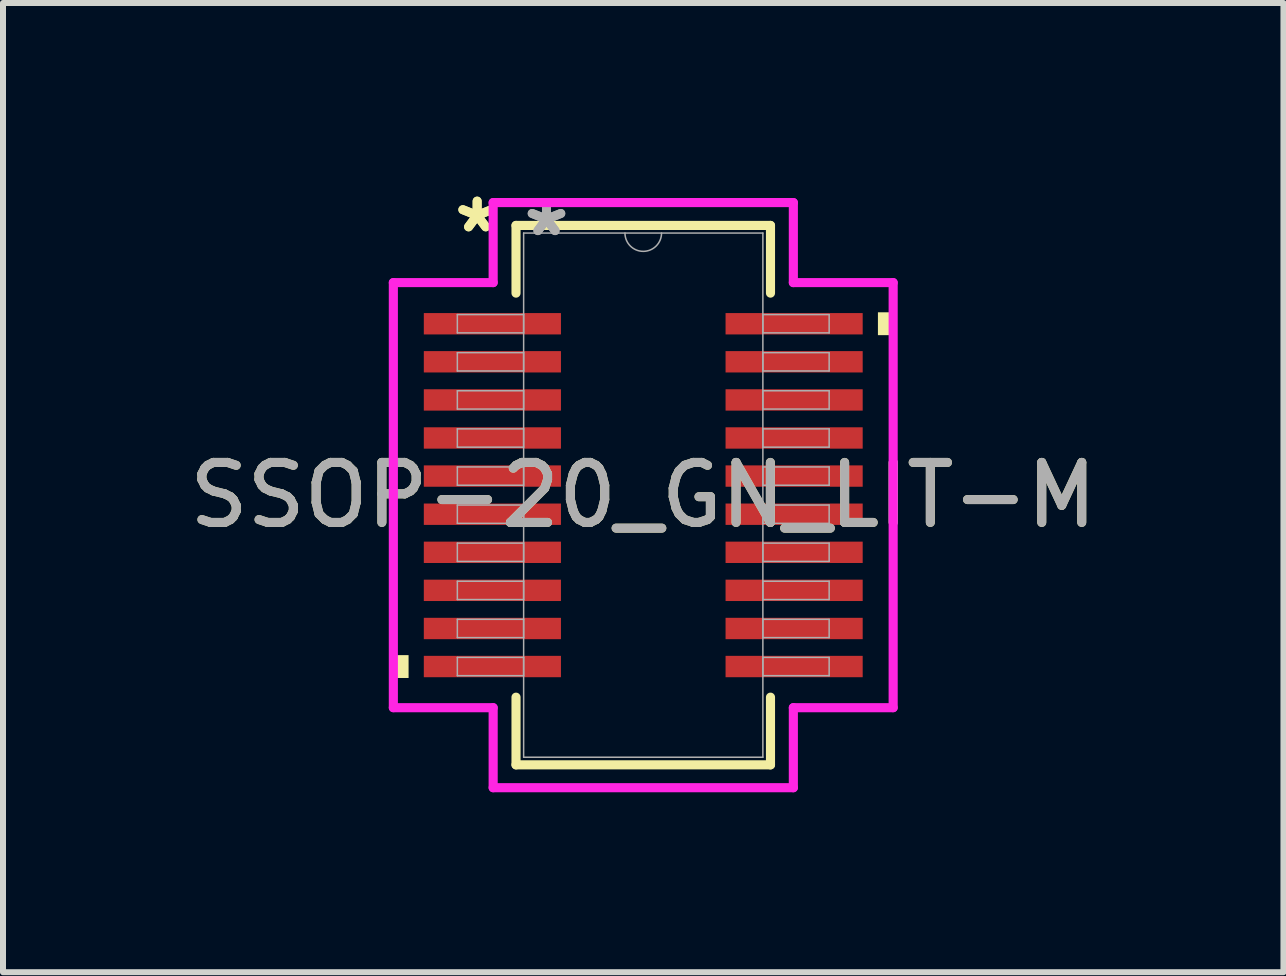
<source format=kicad_pcb>
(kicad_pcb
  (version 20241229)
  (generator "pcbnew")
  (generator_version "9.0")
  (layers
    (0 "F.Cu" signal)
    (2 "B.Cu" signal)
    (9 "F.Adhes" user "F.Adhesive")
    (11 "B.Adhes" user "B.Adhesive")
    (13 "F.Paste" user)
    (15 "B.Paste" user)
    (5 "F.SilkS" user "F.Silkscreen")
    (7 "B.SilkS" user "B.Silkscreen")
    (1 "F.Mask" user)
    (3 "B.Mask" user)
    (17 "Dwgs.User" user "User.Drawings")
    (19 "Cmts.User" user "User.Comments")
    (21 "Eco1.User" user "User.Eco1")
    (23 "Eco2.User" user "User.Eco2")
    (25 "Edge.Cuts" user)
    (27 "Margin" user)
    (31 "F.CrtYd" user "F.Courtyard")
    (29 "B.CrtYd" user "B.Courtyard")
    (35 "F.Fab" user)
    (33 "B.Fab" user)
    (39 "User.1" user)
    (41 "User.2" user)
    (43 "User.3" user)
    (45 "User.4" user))
  (footprint "SSOP-20_GN_LIT-M"
    (layer "F.Cu")
    (at 7.673 5.204)
    (property "Reference" "SSOP-20_GN_LIT-M" (at 0 0 0) (unlocked yes) (layer "F.SilkS") (effects (font (size 1 1) (thickness 0.15))))
    (attr smd)
    (fp_line (start -2.121 -4.496) (end -2.121 -3.368) (stroke (width 0.152) (type solid)) (layer "F.SilkS"))
    (fp_line (start -2.121 3.368) (end -2.121 4.496) (stroke (width 0.152) (type solid)) (layer "F.SilkS"))
    (fp_line (start -2.121 4.496) (end 2.121 4.496) (stroke (width 0.152) (type solid)) (layer "F.SilkS"))
    (fp_line (start 2.121 -4.496) (end -2.121 -4.496) (stroke (width 0.152) (type solid)) (layer "F.SilkS"))
    (fp_line (start 2.121 -3.368) (end 2.121 -4.496) (stroke (width 0.152) (type solid)) (layer "F.SilkS"))
    (fp_line (start 2.121 4.496) (end 2.121 3.368) (stroke (width 0.152) (type solid)) (layer "F.SilkS"))
    (fp_poly (pts (xy -4.166 2.667) (xy -4.166 3.048) (xy -3.912 3.048) (xy -3.912 2.667)) (stroke (width 0) (type solid)) (fill yes) (layer "F.SilkS"))
    (fp_poly (pts (xy 4.166 -3.048) (xy 4.166 -2.667) (xy 3.912 -2.667) (xy 3.912 -3.048)) (stroke (width 0) (type solid)) (fill yes) (layer "F.SilkS"))
    (fp_line (start -4.166 -3.543) (end -2.502 -3.543) (stroke (width 0.152) (type solid)) (layer "F.CrtYd"))
    (fp_line (start -4.166 3.543) (end -4.166 -3.543) (stroke (width 0.152) (type solid)) (layer "F.CrtYd"))
    (fp_line (start -4.166 3.543) (end -2.502 3.543) (stroke (width 0.152) (type solid)) (layer "F.CrtYd"))
    (fp_line (start -2.502 -4.877) (end 2.502 -4.877) (stroke (width 0.152) (type solid)) (layer "F.CrtYd"))
    (fp_line (start -2.502 -3.543) (end -2.502 -4.877) (stroke (width 0.152) (type solid)) (layer "F.CrtYd"))
    (fp_line (start -2.502 4.877) (end -2.502 3.543) (stroke (width 0.152) (type solid)) (layer "F.CrtYd"))
    (fp_line (start 2.502 -4.877) (end 2.502 -3.543) (stroke (width 0.152) (type solid)) (layer "F.CrtYd"))
    (fp_line (start 2.502 3.543) (end 2.502 4.877) (stroke (width 0.152) (type solid)) (layer "F.CrtYd"))
    (fp_line (start 2.502 4.877) (end -2.502 4.877) (stroke (width 0.152) (type solid)) (layer "F.CrtYd"))
    (fp_line (start 4.166 -3.543) (end 2.502 -3.543) (stroke (width 0.152) (type solid)) (layer "F.CrtYd"))
    (fp_line (start 4.166 -3.543) (end 4.166 3.543) (stroke (width 0.152) (type solid)) (layer "F.CrtYd"))
    (fp_line (start 4.166 3.543) (end 2.502 3.543) (stroke (width 0.152) (type solid)) (layer "F.CrtYd"))
    (fp_line (start -3.099 -3.01) (end -3.099 -2.705) (stroke (width 0.025) (type solid)) (layer "F.Fab"))
    (fp_line (start -3.099 -2.705) (end -1.994 -2.705) (stroke (width 0.025) (type solid)) (layer "F.Fab"))
    (fp_line (start -3.099 -2.375) (end -3.099 -2.07) (stroke (width 0.025) (type solid)) (layer "F.Fab"))
    (fp_line (start -3.099 -2.07) (end -1.994 -2.07) (stroke (width 0.025) (type solid)) (layer "F.Fab"))
    (fp_line (start -3.099 -1.74) (end -3.099 -1.435) (stroke (width 0.025) (type solid)) (layer "F.Fab"))
    (fp_line (start -3.099 -1.435) (end -1.994 -1.435) (stroke (width 0.025) (type solid)) (layer "F.Fab"))
    (fp_line (start -3.099 -1.105) (end -3.099 -0.8) (stroke (width 0.025) (type solid)) (layer "F.Fab"))
    (fp_line (start -3.099 -0.8) (end -1.994 -0.8) (stroke (width 0.025) (type solid)) (layer "F.Fab"))
    (fp_line (start -3.099 -0.47) (end -3.099 -0.165) (stroke (width 0.025) (type solid)) (layer "F.Fab"))
    (fp_line (start -3.099 -0.165) (end -1.994 -0.165) (stroke (width 0.025) (type solid)) (layer "F.Fab"))
    (fp_line (start -3.099 0.165) (end -3.099 0.47) (stroke (width 0.025) (type solid)) (layer "F.Fab"))
    (fp_line (start -3.099 0.47) (end -1.994 0.47) (stroke (width 0.025) (type solid)) (layer "F.Fab"))
    (fp_line (start -3.099 0.8) (end -3.099 1.105) (stroke (width 0.025) (type solid)) (layer "F.Fab"))
    (fp_line (start -3.099 1.105) (end -1.994 1.105) (stroke (width 0.025) (type solid)) (layer "F.Fab"))
    (fp_line (start -3.099 1.435) (end -3.099 1.74) (stroke (width 0.025) (type solid)) (layer "F.Fab"))
    (fp_line (start -3.099 1.74) (end -1.994 1.74) (stroke (width 0.025) (type solid)) (layer "F.Fab"))
    (fp_line (start -3.099 2.07) (end -3.099 2.375) (stroke (width 0.025) (type solid)) (layer "F.Fab"))
    (fp_line (start -3.099 2.375) (end -1.994 2.375) (stroke (width 0.025) (type solid)) (layer "F.Fab"))
    (fp_line (start -3.099 2.705) (end -3.099 3.01) (stroke (width 0.025) (type solid)) (layer "F.Fab"))
    (fp_line (start -3.099 3.01) (end -1.994 3.01) (stroke (width 0.025) (type solid)) (layer "F.Fab"))
    (fp_line (start -1.994 -4.369) (end -1.994 4.369) (stroke (width 0.025) (type solid)) (layer "F.Fab"))
    (fp_line (start -1.994 -3.01) (end -3.099 -3.01) (stroke (width 0.025) (type solid)) (layer "F.Fab"))
    (fp_line (start -1.994 -2.705) (end -1.994 -3.01) (stroke (width 0.025) (type solid)) (layer "F.Fab"))
    (fp_line (start -1.994 -2.375) (end -3.099 -2.375) (stroke (width 0.025) (type solid)) (layer "F.Fab"))
    (fp_line (start -1.994 -2.07) (end -1.994 -2.375) (stroke (width 0.025) (type solid)) (layer "F.Fab"))
    (fp_line (start -1.994 -1.74) (end -3.099 -1.74) (stroke (width 0.025) (type solid)) (layer "F.Fab"))
    (fp_line (start -1.994 -1.435) (end -1.994 -1.74) (stroke (width 0.025) (type solid)) (layer "F.Fab"))
    (fp_line (start -1.994 -1.105) (end -3.099 -1.105) (stroke (width 0.025) (type solid)) (layer "F.Fab"))
    (fp_line (start -1.994 -0.8) (end -1.994 -1.105) (stroke (width 0.025) (type solid)) (layer "F.Fab"))
    (fp_line (start -1.994 -0.47) (end -3.099 -0.47) (stroke (width 0.025) (type solid)) (layer "F.Fab"))
    (fp_line (start -1.994 -0.165) (end -1.994 -0.47) (stroke (width 0.025) (type solid)) (layer "F.Fab"))
    (fp_line (start -1.994 0.165) (end -3.099 0.165) (stroke (width 0.025) (type solid)) (layer "F.Fab"))
    (fp_line (start -1.994 0.47) (end -1.994 0.165) (stroke (width 0.025) (type solid)) (layer "F.Fab"))
    (fp_line (start -1.994 0.8) (end -3.099 0.8) (stroke (width 0.025) (type solid)) (layer "F.Fab"))
    (fp_line (start -1.994 1.105) (end -1.994 0.8) (stroke (width 0.025) (type solid)) (layer "F.Fab"))
    (fp_line (start -1.994 1.435) (end -3.099 1.435) (stroke (width 0.025) (type solid)) (layer "F.Fab"))
    (fp_line (start -1.994 1.74) (end -1.994 1.435) (stroke (width 0.025) (type solid)) (layer "F.Fab"))
    (fp_line (start -1.994 2.07) (end -3.099 2.07) (stroke (width 0.025) (type solid)) (layer "F.Fab"))
    (fp_line (start -1.994 2.375) (end -1.994 2.07) (stroke (width 0.025) (type solid)) (layer "F.Fab"))
    (fp_line (start -1.994 2.705) (end -3.099 2.705) (stroke (width 0.025) (type solid)) (layer "F.Fab"))
    (fp_line (start -1.994 3.01) (end -1.994 2.705) (stroke (width 0.025) (type solid)) (layer "F.Fab"))
    (fp_line (start -1.994 4.369) (end 1.994 4.369) (stroke (width 0.025) (type solid)) (layer "F.Fab"))
    (fp_line (start 1.994 -4.369) (end -1.994 -4.369) (stroke (width 0.025) (type solid)) (layer "F.Fab"))
    (fp_line (start 1.994 -3.01) (end 1.994 -2.705) (stroke (width 0.025) (type solid)) (layer "F.Fab"))
    (fp_line (start 1.994 -2.705) (end 3.099 -2.705) (stroke (width 0.025) (type solid)) (layer "F.Fab"))
    (fp_line (start 1.994 -2.375) (end 1.994 -2.07) (stroke (width 0.025) (type solid)) (layer "F.Fab"))
    (fp_line (start 1.994 -2.07) (end 3.099 -2.07) (stroke (width 0.025) (type solid)) (layer "F.Fab"))
    (fp_line (start 1.994 -1.74) (end 1.994 -1.435) (stroke (width 0.025) (type solid)) (layer "F.Fab"))
    (fp_line (start 1.994 -1.435) (end 3.099 -1.435) (stroke (width 0.025) (type solid)) (layer "F.Fab"))
    (fp_line (start 1.994 -1.105) (end 1.994 -0.8) (stroke (width 0.025) (type solid)) (layer "F.Fab"))
    (fp_line (start 1.994 -0.8) (end 3.099 -0.8) (stroke (width 0.025) (type solid)) (layer "F.Fab"))
    (fp_line (start 1.994 -0.47) (end 1.994 -0.165) (stroke (width 0.025) (type solid)) (layer "F.Fab"))
    (fp_line (start 1.994 -0.165) (end 3.099 -0.165) (stroke (width 0.025) (type solid)) (layer "F.Fab"))
    (fp_line (start 1.994 0.165) (end 1.994 0.47) (stroke (width 0.025) (type solid)) (layer "F.Fab"))
    (fp_line (start 1.994 0.47) (end 3.099 0.47) (stroke (width 0.025) (type solid)) (layer "F.Fab"))
    (fp_line (start 1.994 0.8) (end 1.994 1.105) (stroke (width 0.025) (type solid)) (layer "F.Fab"))
    (fp_line (start 1.994 1.105) (end 3.099 1.105) (stroke (width 0.025) (type solid)) (layer "F.Fab"))
    (fp_line (start 1.994 1.435) (end 1.994 1.74) (stroke (width 0.025) (type solid)) (layer "F.Fab"))
    (fp_line (start 1.994 1.74) (end 3.099 1.74) (stroke (width 0.025) (type solid)) (layer "F.Fab"))
    (fp_line (start 1.994 2.07) (end 1.994 2.375) (stroke (width 0.025) (type solid)) (layer "F.Fab"))
    (fp_line (start 1.994 2.375) (end 3.099 2.375) (stroke (width 0.025) (type solid)) (layer "F.Fab"))
    (fp_line (start 1.994 2.705) (end 1.994 3.01) (stroke (width 0.025) (type solid)) (layer "F.Fab"))
    (fp_line (start 1.994 3.01) (end 3.099 3.01) (stroke (width 0.025) (type solid)) (layer "F.Fab"))
    (fp_line (start 1.994 4.369) (end 1.994 -4.369) (stroke (width 0.025) (type solid)) (layer "F.Fab"))
    (fp_line (start 3.099 -3.01) (end 1.994 -3.01) (stroke (width 0.025) (type solid)) (layer "F.Fab"))
    (fp_line (start 3.099 -2.705) (end 3.099 -3.01) (stroke (width 0.025) (type solid)) (layer "F.Fab"))
    (fp_line (start 3.099 -2.375) (end 1.994 -2.375) (stroke (width 0.025) (type solid)) (layer "F.Fab"))
    (fp_line (start 3.099 -2.07) (end 3.099 -2.375) (stroke (width 0.025) (type solid)) (layer "F.Fab"))
    (fp_line (start 3.099 -1.74) (end 1.994 -1.74) (stroke (width 0.025) (type solid)) (layer "F.Fab"))
    (fp_line (start 3.099 -1.435) (end 3.099 -1.74) (stroke (width 0.025) (type solid)) (layer "F.Fab"))
    (fp_line (start 3.099 -1.105) (end 1.994 -1.105) (stroke (width 0.025) (type solid)) (layer "F.Fab"))
    (fp_line (start 3.099 -0.8) (end 3.099 -1.105) (stroke (width 0.025) (type solid)) (layer "F.Fab"))
    (fp_line (start 3.099 -0.47) (end 1.994 -0.47) (stroke (width 0.025) (type solid)) (layer "F.Fab"))
    (fp_line (start 3.099 -0.165) (end 3.099 -0.47) (stroke (width 0.025) (type solid)) (layer "F.Fab"))
    (fp_line (start 3.099 0.165) (end 1.994 0.165) (stroke (width 0.025) (type solid)) (layer "F.Fab"))
    (fp_line (start 3.099 0.47) (end 3.099 0.165) (stroke (width 0.025) (type solid)) (layer "F.Fab"))
    (fp_line (start 3.099 0.8) (end 1.994 0.8) (stroke (width 0.025) (type solid)) (layer "F.Fab"))
    (fp_line (start 3.099 1.105) (end 3.099 0.8) (stroke (width 0.025) (type solid)) (layer "F.Fab"))
    (fp_line (start 3.099 1.435) (end 1.994 1.435) (stroke (width 0.025) (type solid)) (layer "F.Fab"))
    (fp_line (start 3.099 1.74) (end 3.099 1.435) (stroke (width 0.025) (type solid)) (layer "F.Fab"))
    (fp_line (start 3.099 2.07) (end 1.994 2.07) (stroke (width 0.025) (type solid)) (layer "F.Fab"))
    (fp_line (start 3.099 2.375) (end 3.099 2.07) (stroke (width 0.025) (type solid)) (layer "F.Fab"))
    (fp_line (start 3.099 2.705) (end 1.994 2.705) (stroke (width 0.025) (type solid)) (layer "F.Fab"))
    (fp_line (start 3.099 3.01) (end 3.099 2.705) (stroke (width 0.025) (type solid)) (layer "F.Fab"))
    (fp_arc (start 0.3048 -4.3688) (mid 0 -4.064) (end -0.3048 -4.3688) (stroke (width 0.0254) (type solid)) (layer "F.Fab"))
    (fp_text user "*" (at -2.769 -4.356 0) (layer "F.SilkS") (effects (font (size 1 1) (thickness 0.15))))
    (fp_text user "*" (at -2.769 -4.356 0) (unlocked yes) (layer "F.SilkS") (effects (font (size 1 1) (thickness 0.15))))
    (fp_text user "*" (at -1.613 -4.293 0) (unlocked yes) (layer "F.Fab") (effects (font (size 1 1) (thickness 0.15))))
    (fp_text user "*" (at -1.613 -4.293 0) (layer "F.Fab") (effects (font (size 1 1) (thickness 0.15))))
    (fp_text user "${REFERENCE}" (at 0 0 0) (unlocked yes) (layer "F.Fab") (effects (font (size 1 1) (thickness 0.15))))
    (pad "1" smd rect (at -2.515 -2.857) (size 2.286 0.356) (layers "F.Cu" "F.Mask" "F.Paste"))
    (pad "2" smd rect (at -2.515 -2.223) (size 2.286 0.356) (layers "F.Cu" "F.Mask" "F.Paste"))
    (pad "3" smd rect (at -2.515 -1.587) (size 2.286 0.356) (layers "F.Cu" "F.Mask" "F.Paste"))
    (pad "4" smd rect (at -2.515 -0.953) (size 2.286 0.356) (layers "F.Cu" "F.Mask" "F.Paste"))
    (pad "5" smd rect (at -2.515 -0.318) (size 2.286 0.356) (layers "F.Cu" "F.Mask" "F.Paste"))
    (pad "6" smd rect (at -2.515 0.318) (size 2.286 0.356) (layers "F.Cu" "F.Mask" "F.Paste"))
    (pad "7" smd rect (at -2.515 0.953) (size 2.286 0.356) (layers "F.Cu" "F.Mask" "F.Paste"))
    (pad "8" smd rect (at -2.515 1.587) (size 2.286 0.356) (layers "F.Cu" "F.Mask" "F.Paste"))
    (pad "9" smd rect (at -2.515 2.223) (size 2.286 0.356) (layers "F.Cu" "F.Mask" "F.Paste"))
    (pad "10" smd rect (at -2.515 2.857) (size 2.286 0.356) (layers "F.Cu" "F.Mask" "F.Paste"))
    (pad "11" smd rect (at 2.515 2.857) (size 2.286 0.356) (layers "F.Cu" "F.Mask" "F.Paste"))
    (pad "12" smd rect (at 2.515 2.223) (size 2.286 0.356) (layers "F.Cu" "F.Mask" "F.Paste"))
    (pad "13" smd rect (at 2.515 1.587) (size 2.286 0.356) (layers "F.Cu" "F.Mask" "F.Paste"))
    (pad "14" smd rect (at 2.515 0.953) (size 2.286 0.356) (layers "F.Cu" "F.Mask" "F.Paste"))
    (pad "15" smd rect (at 2.515 0.318) (size 2.286 0.356) (layers "F.Cu" "F.Mask" "F.Paste"))
    (pad "16" smd rect (at 2.515 -0.318) (size 2.286 0.356) (layers "F.Cu" "F.Mask" "F.Paste"))
    (pad "17" smd rect (at 2.515 -0.953) (size 2.286 0.356) (layers "F.Cu" "F.Mask" "F.Paste"))
    (pad "18" smd rect (at 2.515 -1.587) (size 2.286 0.356) (layers "F.Cu" "F.Mask" "F.Paste"))
    (pad "19" smd rect (at 2.515 -2.223) (size 2.286 0.356) (layers "F.Cu" "F.Mask" "F.Paste"))
    (pad "20" smd rect (at 2.515 -2.857) (size 2.286 0.356) (layers "F.Cu" "F.Mask" "F.Paste")))
  (gr_rect
    (start -3 -3)
    (end 18.345 13.157)
    (stroke (width 0.1) (type default))
    (fill no)
    (layer "Edge.Cuts")))
</source>
